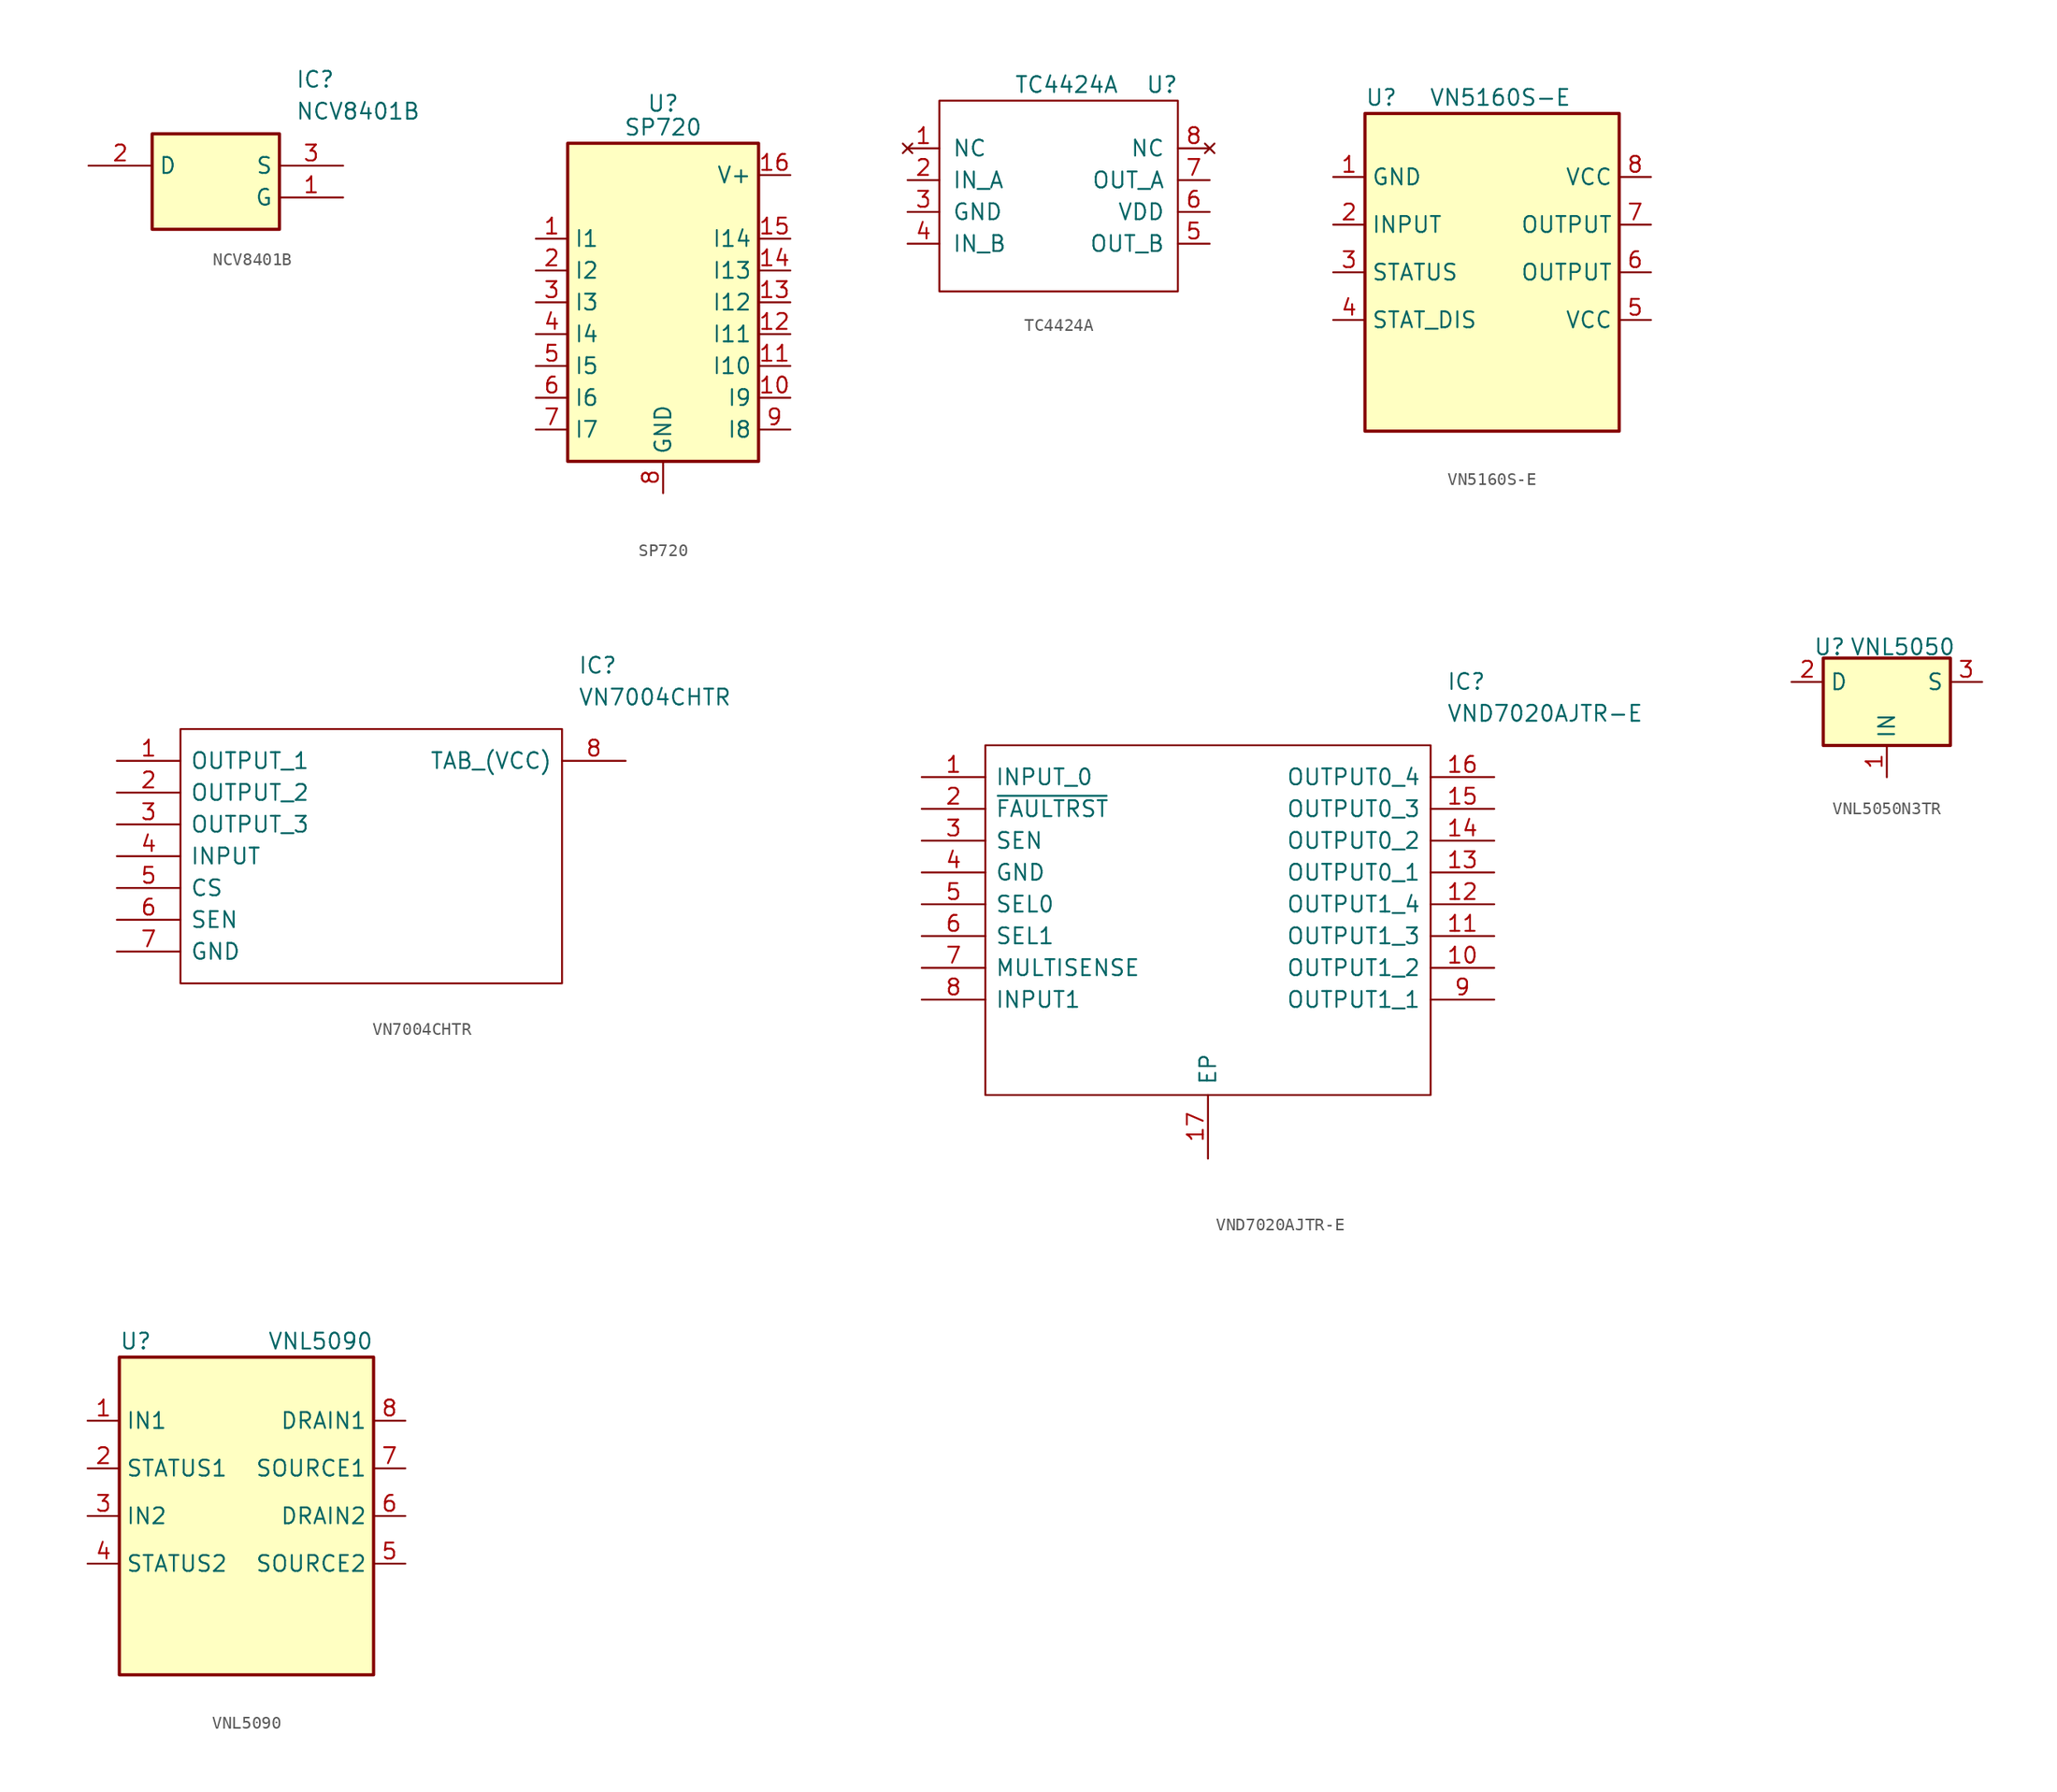
<source format=kicad_sym>
(kicad_symbol_lib
  (version 20241209)
  (generator "kicad_symbol_editor")
  (generator_version "9.0")
  (symbol "NCV8401B"
    (property "Reference" "IC"
      (at 16.51 7.62 0)
      (effects (font (size 1.27 1.27)) (justify left top)))
    (property "Value" "NCV8401B"
      (at 16.51 5.08 0)
      (effects (font (size 1.27 1.27)) (justify left top)))
    (symbol "NCV8401B_1_1"
      (rectangle (start 5.08 2.54) (end 15.24 -5.08) (stroke (width 0.254) (type default)) (fill (type background)))
      (pin passive line (at 0 0 0) (length 5.08) (name "D" (effects (font (size 1.27 1.27)))) (number "2" (effects (font (size 1.27 1.27)))))
      (pin passive line (at 20.32 0 180) (length 5.08) (name "S" (effects (font (size 1.27 1.27)))) (number "3" (effects (font (size 1.27 1.27)))))
      (pin passive line (at 20.32 -2.54 180) (length 5.08) (name "G" (effects (font (size 1.27 1.27)))) (number "1" (effects (font (size 1.27 1.27)))))))
  (symbol "SP720"
    (property "Reference" "U"
      (at 0 15.875 0)
      (effects (font (size 1.27 1.27))))
    (property "Value" "SP720"
      (at 0 13.97 0)
      (effects (font (size 1.27 1.27))))
    (symbol "SP720_0_1"
      (rectangle (start -7.62 -12.7) (end 7.62 12.7) (stroke (width 0.254) (type solid)) (fill (type background))))
    (symbol "SP720_1_1"
      (pin input line (at -10.16 5.08 0) (length 2.54) (name "I1" (effects (font (size 1.27 1.27)))) (number "1" (effects (font (size 1.27 1.27)))))
      (pin input line (at -10.16 2.54 0) (length 2.54) (name "I2" (effects (font (size 1.27 1.27)))) (number "2" (effects (font (size 1.27 1.27)))))
      (pin input line (at -10.16 0 0) (length 2.54) (name "I3" (effects (font (size 1.27 1.27)))) (number "3" (effects (font (size 1.27 1.27)))))
      (pin input line (at -10.16 -2.54 0) (length 2.54) (name "I4" (effects (font (size 1.27 1.27)))) (number "4" (effects (font (size 1.27 1.27)))))
      (pin input line (at -10.16 -5.08 0) (length 2.54) (name "I5" (effects (font (size 1.27 1.27)))) (number "5" (effects (font (size 1.27 1.27)))))
      (pin input line (at -10.16 -7.62 0) (length 2.54) (name "I6" (effects (font (size 1.27 1.27)))) (number "6" (effects (font (size 1.27 1.27)))))
      (pin input line (at -10.16 -10.16 0) (length 2.54) (name "I7" (effects (font (size 1.27 1.27)))) (number "7" (effects (font (size 1.27 1.27)))))
      (pin power_in line (at 0 -15.24 90) (length 2.54) (name "GND" (effects (font (size 1.27 1.27)))) (number "8" (effects (font (size 1.27 1.27)))))
      (pin power_in line (at 10.16 10.16 180) (length 2.54) (name "V+" (effects (font (size 1.27 1.27)))) (number "16" (effects (font (size 1.27 1.27)))))
      (pin input line (at 10.16 5.08 180) (length 2.54) (name "I14" (effects (font (size 1.27 1.27)))) (number "15" (effects (font (size 1.27 1.27)))))
      (pin open_collector line (at 10.16 2.54 180) (length 2.54) (name "I13" (effects (font (size 1.27 1.27)))) (number "14" (effects (font (size 1.27 1.27)))))
      (pin input line (at 10.16 0 180) (length 2.54) (name "I12" (effects (font (size 1.27 1.27)))) (number "13" (effects (font (size 1.27 1.27)))))
      (pin input line (at 10.16 -2.54 180) (length 2.54) (name "I11" (effects (font (size 1.27 1.27)))) (number "12" (effects (font (size 1.27 1.27)))))
      (pin input line (at 10.16 -5.08 180) (length 2.54) (name "I10" (effects (font (size 1.27 1.27)))) (number "11" (effects (font (size 1.27 1.27)))))
      (pin input line (at 10.16 -7.62 180) (length 2.54) (name "I9" (effects (font (size 1.27 1.27)))) (number "10" (effects (font (size 1.27 1.27)))))
      (pin input line (at 10.16 -10.16 180) (length 2.54) (name "I8" (effects (font (size 1.27 1.27)))) (number "9" (effects (font (size 1.27 1.27)))))))
  (symbol "TC4424A"
    (pin_names
      (offset 1.016))
    (property "Reference" "U"
      (at -7.62 38.1 0)
      (effects (font (size 1.27 1.27))))
    (property "Value" "TC4424A"
      (at -15.24 38.1 0)
      (effects (font (size 1.27 1.27))))
    (symbol "TC4424A_0_1"
      (rectangle (start -25.4 36.83) (end -6.35 21.59) (stroke (width 0) (type solid)) (fill (type none))))
    (symbol "TC4424A_1_1"
      (pin no_connect line (at -27.94 33.02 0) (length 2.54) (name "NC" (effects (font (size 1.27 1.27)))) (number "1" (effects (font (size 1.27 1.27)))))
      (pin input line (at -27.94 30.48 0) (length 2.54) (name "IN_A" (effects (font (size 1.27 1.27)))) (number "2" (effects (font (size 1.27 1.27)))))
      (pin power_in line (at -27.94 27.94 0) (length 2.54) (name "GND" (effects (font (size 1.27 1.27)))) (number "3" (effects (font (size 1.27 1.27)))))
      (pin input line (at -27.94 25.4 0) (length 2.54) (name "IN_B" (effects (font (size 1.27 1.27)))) (number "4" (effects (font (size 1.27 1.27)))))
      (pin no_connect line (at -3.81 33.02 180) (length 2.54) (name "NC" (effects (font (size 1.27 1.27)))) (number "8" (effects (font (size 1.27 1.27)))))
      (pin output line (at -3.81 30.48 180) (length 2.54) (name "OUT_A" (effects (font (size 1.27 1.27)))) (number "7" (effects (font (size 1.27 1.27)))))
      (pin power_in line (at -3.81 27.94 180) (length 2.54) (name "VDD" (effects (font (size 1.27 1.27)))) (number "6" (effects (font (size 1.27 1.27)))))
      (pin input line (at -3.81 25.4 180) (length 2.54) (name "OUT_B" (effects (font (size 1.27 1.27)))) (number "5" (effects (font (size 1.27 1.27)))))))
  (symbol "VN5160S-E"
    (property "Reference" "U"
      (at -7.62 11.43 0)
      (effects (font (size 1.27 1.27)) (justify left)))
    (property "Value" "VN5160S-E"
      (at 8.89 11.43 0)
      (effects (font (size 1.27 1.27)) (justify right)))
    (symbol "VN5160S-E_0_1"
      (rectangle (start -7.62 -15.24) (end 12.7 10.16) (stroke (width 0.254) (type solid)) (fill (type background))))
    (symbol "VN5160S-E_1_1"
      (pin input line (at -10.16 5.08 0) (length 2.54) (name "GND" (effects (font (size 1.27 1.27)))) (number "1" (effects (font (size 1.27 1.27)))))
      (pin input line (at -10.16 1.27 0) (length 2.54) (name "INPUT" (effects (font (size 1.27 1.27)))) (number "2" (effects (font (size 1.27 1.27)))))
      (pin output line (at -10.16 -2.54 0) (length 2.54) (name "STATUS" (effects (font (size 1.27 1.27)))) (number "3" (effects (font (size 1.27 1.27)))))
      (pin output line (at -10.16 -6.35 0) (length 2.54) (name "STAT_DIS" (effects (font (size 1.27 1.27)))) (number "4" (effects (font (size 1.27 1.27)))))
      (pin power_in line (at 15.24 5.08 180) (length 2.54) (name "VCC" (effects (font (size 1.27 1.27)))) (number "8" (effects (font (size 1.27 1.27)))))
      (pin output line (at 15.24 1.27 180) (length 2.54) (name "OUTPUT" (effects (font (size 1.27 1.27)))) (number "7" (effects (font (size 1.27 1.27)))))
      (pin output line (at 15.24 -2.54 180) (length 2.54) (name "OUTPUT" (effects (font (size 1.27 1.27)))) (number "6" (effects (font (size 1.27 1.27)))))
      (pin power_in line (at 15.24 -6.35 180) (length 2.54) (name "VCC" (effects (font (size 1.27 1.27)))) (number "5" (effects (font (size 1.27 1.27)))))))
  (symbol "VN7004CHTR"
    (pin_names
      (offset 0.762))
    (property "Reference" "IC"
      (at 36.83 7.62 0)
      (effects (font (size 1.27 1.27)) (justify left)))
    (property "Value" "VN7004CHTR"
      (at 36.83 5.08 0)
      (effects (font (size 1.27 1.27)) (justify left)))
    (symbol "VN7004CHTR_0_0"
      (pin unspecified line (at 0 0 0) (length 5.08) (name "OUTPUT_1" (effects (font (size 1.27 1.27)))) (number "1" (effects (font (size 1.27 1.27)))))
      (pin unspecified line (at 0 -2.54 0) (length 5.08) (name "OUTPUT_2" (effects (font (size 1.27 1.27)))) (number "2" (effects (font (size 1.27 1.27)))))
      (pin unspecified line (at 0 -5.08 0) (length 5.08) (name "OUTPUT_3" (effects (font (size 1.27 1.27)))) (number "3" (effects (font (size 1.27 1.27)))))
      (pin unspecified line (at 0 -7.62 0) (length 5.08) (name "INPUT" (effects (font (size 1.27 1.27)))) (number "4" (effects (font (size 1.27 1.27)))))
      (pin unspecified line (at 0 -10.16 0) (length 5.08) (name "CS" (effects (font (size 1.27 1.27)))) (number "5" (effects (font (size 1.27 1.27)))))
      (pin unspecified line (at 0 -12.7 0) (length 5.08) (name "SEN" (effects (font (size 1.27 1.27)))) (number "6" (effects (font (size 1.27 1.27)))))
      (pin unspecified line (at 0 -15.24 0) (length 5.08) (name "GND" (effects (font (size 1.27 1.27)))) (number "7" (effects (font (size 1.27 1.27)))))
      (pin unspecified line (at 40.64 0 180) (length 5.08) (name "TAB_(VCC)" (effects (font (size 1.27 1.27)))) (number "8" (effects (font (size 1.27 1.27))))))
    (symbol "VN7004CHTR_0_1"
      (polyline (pts (xy 5.08 2.54) (xy 35.56 2.54) (xy 35.56 -17.78) (xy 5.08 -17.78) (xy 5.08 2.54)) (stroke (width 0.152) (type solid)) (fill (type none)))))
  (symbol "VND7020AJTR-E"
    (pin_names
      (offset 0.762))
    (property "Reference" "IC"
      (at 41.91 7.62 0)
      (effects (font (size 1.27 1.27)) (justify left)))
    (property "Value" "VND7020AJTR-E"
      (at 41.91 5.08 0)
      (effects (font (size 1.27 1.27)) (justify left)))
    (symbol "VND7020AJTR-E_0_0"
      (pin input line (at 0 0 0) (length 5.08) (name "INPUT_0" (effects (font (size 1.27 1.27)))) (number "1" (effects (font (size 1.27 1.27)))))
      (pin bidirectional line (at 0 -2.54 0) (length 5.08) (name "~{FAULTRST}" (effects (font (size 1.27 1.27)))) (number "2" (effects (font (size 1.27 1.27)))))
      (pin input line (at 0 -5.08 0) (length 5.08) (name "SEN" (effects (font (size 1.27 1.27)))) (number "3" (effects (font (size 1.27 1.27)))))
      (pin power_in line (at 0 -7.62 0) (length 5.08) (name "GND" (effects (font (size 1.27 1.27)))) (number "4" (effects (font (size 1.27 1.27)))))
      (pin input line (at 0 -10.16 0) (length 5.08) (name "SEL0" (effects (font (size 1.27 1.27)))) (number "5" (effects (font (size 1.27 1.27)))))
      (pin input line (at 0 -12.7 0) (length 5.08) (name "SEL1" (effects (font (size 1.27 1.27)))) (number "6" (effects (font (size 1.27 1.27)))))
      (pin input line (at 0 -15.24 0) (length 5.08) (name "MULTISENSE" (effects (font (size 1.27 1.27)))) (number "7" (effects (font (size 1.27 1.27)))))
      (pin input line (at 0 -17.78 0) (length 5.08) (name "INPUT1" (effects (font (size 1.27 1.27)))) (number "8" (effects (font (size 1.27 1.27)))))
      (pin power_in line (at 22.86 -30.48 90) (length 5.08) (name "EP" (effects (font (size 1.27 1.27)))) (number "17" (effects (font (size 1.27 1.27)))))
      (pin output line (at 45.72 0 180) (length 5.08) (name "OUTPUT0_4" (effects (font (size 1.27 1.27)))) (number "16" (effects (font (size 1.27 1.27)))))
      (pin output line (at 45.72 -2.54 180) (length 5.08) (name "OUTPUT0_3" (effects (font (size 1.27 1.27)))) (number "15" (effects (font (size 1.27 1.27)))))
      (pin output line (at 45.72 -5.08 180) (length 5.08) (name "OUTPUT0_2" (effects (font (size 1.27 1.27)))) (number "14" (effects (font (size 1.27 1.27)))))
      (pin output line (at 45.72 -7.62 180) (length 5.08) (name "OUTPUT0_1" (effects (font (size 1.27 1.27)))) (number "13" (effects (font (size 1.27 1.27)))))
      (pin output line (at 45.72 -10.16 180) (length 5.08) (name "OUTPUT1_4" (effects (font (size 1.27 1.27)))) (number "12" (effects (font (size 1.27 1.27)))))
      (pin output line (at 45.72 -12.7 180) (length 5.08) (name "OUTPUT1_3" (effects (font (size 1.27 1.27)))) (number "11" (effects (font (size 1.27 1.27)))))
      (pin output line (at 45.72 -15.24 180) (length 5.08) (name "OUTPUT1_2" (effects (font (size 1.27 1.27)))) (number "10" (effects (font (size 1.27 1.27)))))
      (pin output line (at 45.72 -17.78 180) (length 5.08) (name "OUTPUT1_1" (effects (font (size 1.27 1.27)))) (number "9" (effects (font (size 1.27 1.27))))))
    (symbol "VND7020AJTR-E_0_1"
      (polyline (pts (xy 5.08 2.54) (xy 40.64 2.54) (xy 40.64 -25.4) (xy 5.08 -25.4) (xy 5.08 2.54)) (stroke (width 0.152) (type solid)) (fill (type none)))))
  (symbol "VNL5050N3TR"
    (property "Reference" "U"
      (at -4.572 4.064 0)
      (effects (font (size 1.27 1.27))))
    (property "Value" "VNL5050"
      (at 1.27 4.064 0)
      (effects (font (size 1.27 1.27))))
    (symbol "VNL5050N3TR_0_1"
      (rectangle (start -5.08 3.175) (end 5.08 -3.81) (stroke (width 0.254) (type default)) (fill (type background))))
    (symbol "VNL5050N3TR_1_1"
      (pin power_in line (at -7.62 1.27 0) (length 2.54) (name "D" (effects (font (size 1.27 1.27)))) (number "2" (effects (font (size 1.27 1.27)))))
      (pin input line (at 0 -6.35 90) (length 2.54) (name "IN" (effects (font (size 1.27 1.27)))) (number "1" (effects (font (size 1.27 1.27)))))
      (pin power_out line (at 7.62 1.27 180) (length 2.54) (name "S" (effects (font (size 1.27 1.27)))) (number "3" (effects (font (size 1.27 1.27)))))))
  (symbol "VNL5090"
    (property "Reference" "U"
      (at -7.62 11.43 0)
      (effects (font (size 1.27 1.27)) (justify left)))
    (property "Value" "VNL5090"
      (at 12.7 11.43 0)
      (effects (font (size 1.27 1.27)) (justify right)))
    (symbol "VNL5090_0_1"
      (rectangle (start -7.62 -15.24) (end 12.7 10.16) (stroke (width 0.254) (type solid)) (fill (type background))))
    (symbol "VNL5090_1_1"
      (pin input line (at -10.16 5.08 0) (length 2.54) (name "IN1" (effects (font (size 1.27 1.27)))) (number "1" (effects (font (size 1.27 1.27)))))
      (pin output line (at -10.16 1.27 0) (length 2.54) (name "STATUS1" (effects (font (size 1.27 1.27)))) (number "2" (effects (font (size 1.27 1.27)))))
      (pin input line (at -10.16 -2.54 0) (length 2.54) (name "IN2" (effects (font (size 1.27 1.27)))) (number "3" (effects (font (size 1.27 1.27)))))
      (pin output line (at -10.16 -6.35 0) (length 2.54) (name "STATUS2" (effects (font (size 1.27 1.27)))) (number "4" (effects (font (size 1.27 1.27)))))
      (pin output line (at 15.24 5.08 180) (length 2.54) (name "DRAIN1" (effects (font (size 1.27 1.27)))) (number "8" (effects (font (size 1.27 1.27)))))
      (pin input line (at 15.24 1.27 180) (length 2.54) (name "SOURCE1" (effects (font (size 1.27 1.27)))) (number "7" (effects (font (size 1.27 1.27)))))
      (pin output line (at 15.24 -2.54 180) (length 2.54) (name "DRAIN2" (effects (font (size 1.27 1.27)))) (number "6" (effects (font (size 1.27 1.27)))))
      (pin input line (at 15.24 -6.35 180) (length 2.54) (name "SOURCE2" (effects (font (size 1.27 1.27)))) (number "5" (effects (font (size 1.27 1.27))))))))
</source>
